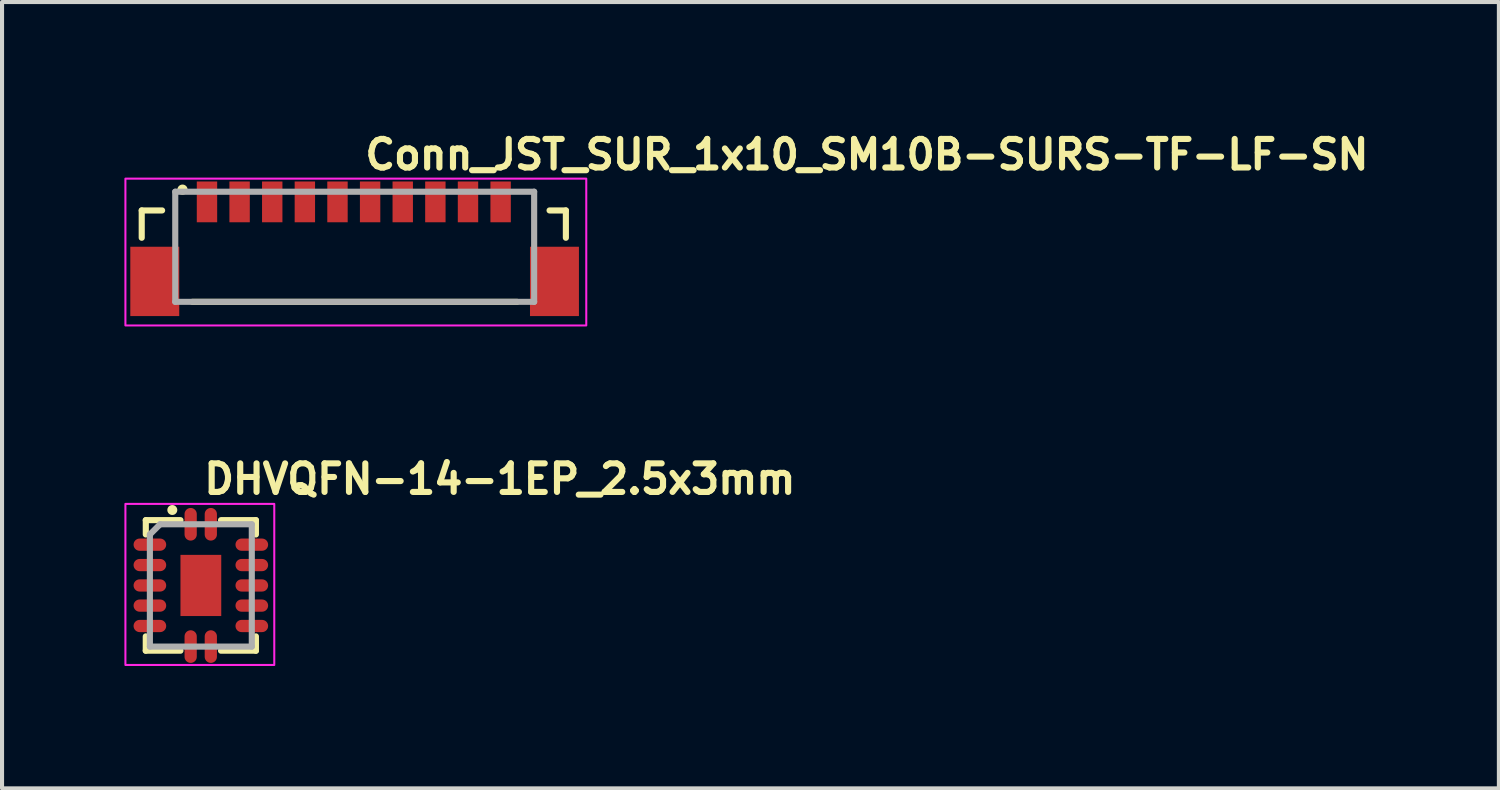
<source format=kicad_pcb>
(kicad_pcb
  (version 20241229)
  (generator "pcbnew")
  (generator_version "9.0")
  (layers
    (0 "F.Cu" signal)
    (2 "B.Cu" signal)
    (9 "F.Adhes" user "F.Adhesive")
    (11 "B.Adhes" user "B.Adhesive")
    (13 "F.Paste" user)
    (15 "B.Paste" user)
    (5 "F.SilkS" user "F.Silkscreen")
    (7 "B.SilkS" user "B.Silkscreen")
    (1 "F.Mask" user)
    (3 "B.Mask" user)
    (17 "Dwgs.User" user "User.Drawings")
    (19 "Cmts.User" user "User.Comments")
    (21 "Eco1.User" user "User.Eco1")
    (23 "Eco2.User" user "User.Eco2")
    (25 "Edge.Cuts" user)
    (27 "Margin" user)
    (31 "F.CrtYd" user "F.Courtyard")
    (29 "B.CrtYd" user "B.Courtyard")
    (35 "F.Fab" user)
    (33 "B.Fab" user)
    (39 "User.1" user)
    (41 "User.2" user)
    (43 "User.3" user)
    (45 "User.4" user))
  (footprint "Conn_JST_SUR_1x10_SM10B-SURS-TF-LF-SN"
    (layer "F.Cu")
    (at 5.825 3.03)
    (property "Reference" "Conn_JST_SUR_1x10_SM10B-SURS-TF-LF-SN" (at 0 -1.88 0) (layer "F.SilkS") (effects (font (size 0.7 0.7) (thickness 0.15)) (justify left bottom)))
    (attr smd)
    (fp_line (start -5.4 -0.92) (end -5.4 -0.25) (stroke (width 0.15) (type solid)) (layer "F.SilkS"))
    (fp_line (start -4.9 -0.92) (end -5.4 -0.92) (stroke (width 0.15) (type solid)) (layer "F.SilkS"))
    (fp_line (start -4.158 1.321) (end 3.802 1.321) (stroke (width 0.15) (type solid)) (layer "F.SilkS"))
    (fp_line (start 5 -0.92) (end 4.6 -0.92) (stroke (width 0.15) (type solid)) (layer "F.SilkS"))
    (fp_line (start 5 -0.25) (end 5 -0.92) (stroke (width 0.15) (type solid)) (layer "F.SilkS"))
    (fp_circle (center -4.4 -1.43) (end -4.45 -1.43) (stroke (width 0.15) (type solid)) (fill yes) (layer "F.SilkS"))
    (fp_rect (start 5.5 1.9) (end -5.8 -1.7) (stroke (width 0.05) (type solid)) (fill no) (layer "F.CrtYd"))
    (fp_line (start -4.578 -1.379) (end -4.578 1.321) (stroke (width 0.15) (type solid)) (layer "F.Fab"))
    (fp_line (start -4.578 1.321) (end 4.222 1.321) (stroke (width 0.15) (type solid)) (layer "F.Fab"))
    (fp_line (start 4.222 -1.379) (end -4.578 -1.379) (stroke (width 0.15) (type solid)) (layer "F.Fab"))
    (fp_line (start 4.222 1.321) (end 4.222 -1.379) (stroke (width 0.15) (type solid)) (layer "F.Fab"))
    (fp_rect (start 4.9 1.55) (end -5.3 -1.15) (stroke (width 0.1) (type solid)) (fill no) (layer "User.5"))
    (fp_line (start -5.3 -0.85) (end -4.5 -0.85) (stroke (width 0.02) (type solid)) (layer "User.9"))
    (fp_line (start -5.3 1.55) (end -5.3 -0.85) (stroke (width 0.02) (type solid)) (layer "User.9"))
    (fp_line (start -4.759 0.797) (end -4.555 1.386) (stroke (width 0.02) (type solid)) (layer "User.9"))
    (fp_line (start -4.555 1.386) (end -4.354 0.797) (stroke (width 0.02) (type solid)) (layer "User.9"))
    (fp_line (start -4.5 -1.15) (end -4.5 -0.85) (stroke (width 0.02) (type solid)) (layer "User.9"))
    (fp_line (start -4.5 -1.15) (end 4.1 -1.15) (stroke (width 0.02) (type solid)) (layer "User.9"))
    (fp_line (start -4.354 0.797) (end -4.759 0.797) (stroke (width 0.02) (type solid)) (layer "User.9"))
    (fp_line (start 4.1 -0.85) (end 4.1 -1.15) (stroke (width 0.02) (type solid)) (layer "User.9"))
    (fp_line (start 4.1 -0.85) (end 4.9 -0.85) (stroke (width 0.02) (type solid)) (layer "User.9"))
    (fp_line (start 4.9 -0.85) (end 4.9 1.55) (stroke (width 0.02) (type solid)) (layer "User.9"))
    (fp_line (start 4.9 1.55) (end -5.3 1.55) (stroke (width 0.02) (type solid)) (layer "User.9"))
    (pad "1" smd rect (at -3.8 -1.13 180) (size 0.5 1) (layers "F.Cu" "F.Mask" "F.Paste"))
    (pad "2" smd rect (at -3 -1.13 180) (size 0.5 1) (layers "F.Cu" "F.Mask" "F.Paste"))
    (pad "3" smd rect (at -2.2 -1.13 180) (size 0.5 1) (layers "F.Cu" "F.Mask" "F.Paste"))
    (pad "4" smd rect (at -1.4 -1.13 180) (size 0.5 1) (layers "F.Cu" "F.Mask" "F.Paste"))
    (pad "5" smd rect (at -0.6 -1.13 180) (size 0.5 1) (layers "F.Cu" "F.Mask" "F.Paste"))
    (pad "6" smd rect (at 0.2 -1.13 180) (size 0.5 1) (layers "F.Cu" "F.Mask" "F.Paste"))
    (pad "7" smd rect (at 1 -1.13 180) (size 0.5 1) (layers "F.Cu" "F.Mask" "F.Paste"))
    (pad "8" smd rect (at 1.8 -1.13 180) (size 0.5 1) (layers "F.Cu" "F.Mask" "F.Paste"))
    (pad "9" smd rect (at 2.6 -1.13 180) (size 0.5 1) (layers "F.Cu" "F.Mask" "F.Paste"))
    (pad "10" smd rect (at 3.4 -1.13 180) (size 0.5 1) (layers "F.Cu" "F.Mask" "F.Paste"))
    (pad "MP" smd rect (at -5.08 0.82) (size 1.2 1.7) (layers "F.Cu" "F.Mask" "F.Paste"))
    (pad "MP" smd rect (at 4.72 0.82) (size 1.2 1.7) (layers "F.Cu" "F.Mask" "F.Paste")))
  (footprint "DHVQFN-14-1EP_2.5x3mm"
    (layer "F.Cu")
    (at 1.875 11.305)
    (property "Reference" "DHVQFN-14-1EP_2.5x3mm" (at 0 -2.2 0) (layer "F.SilkS") (effects (font (size 0.7 0.7) (thickness 0.15)) (justify left bottom)))
    (attr smd)
    (fp_line (start -1.351 -1.601) (end -0.5 -1.601) (stroke (width 0.15) (type solid)) (layer "F.SilkS"))
    (fp_line (start -1.351 1.6) (end -1.351 1.249) (stroke (width 0.15) (type solid)) (layer "F.SilkS"))
    (fp_line (start -1.351 1.6) (end -0.5 1.6) (stroke (width 0.15) (type solid)) (layer "F.SilkS"))
    (fp_line (start -1.35 -1.601) (end -1.35 -1.25) (stroke (width 0.15) (type solid)) (layer "F.SilkS"))
    (fp_line (start 0.494 1.6) (end 1.35 1.6) (stroke (width 0.15) (type solid)) (layer "F.SilkS"))
    (fp_line (start 1.35 -1.601) (end 0.494 -1.601) (stroke (width 0.15) (type solid)) (layer "F.SilkS"))
    (fp_line (start 1.35 -1.601) (end 1.35 -1.25) (stroke (width 0.15) (type solid)) (layer "F.SilkS"))
    (fp_line (start 1.35 1.6) (end 1.35 1.249) (stroke (width 0.15) (type solid)) (layer "F.SilkS"))
    (fp_circle (center -0.7 -1.85) (end -0.653 -1.85) (stroke (width 0.15) (type solid)) (fill yes) (layer "F.SilkS"))
    (fp_rect (start -1.85 -2) (end 1.8 1.95) (stroke (width 0.05) (type solid)) (fill no) (layer "F.CrtYd"))
    (fp_line (start -1.25 -1.25) (end -1 -1.5) (stroke (width 0.15) (type solid)) (layer "F.Fab"))
    (fp_line (start -1.25 1.499) (end -1.25 -1.25) (stroke (width 0.15) (type solid)) (layer "F.Fab"))
    (fp_line (start -1 -1.5) (end 1.249 -1.5) (stroke (width 0.15) (type solid)) (layer "F.Fab"))
    (fp_line (start 1.249 -1.5) (end 1.249 1.499) (stroke (width 0.15) (type solid)) (layer "F.Fab"))
    (fp_line (start 1.249 1.499) (end -1.25 1.499) (stroke (width 0.15) (type solid)) (layer "F.Fab"))
    (fp_rect (start -1.252 -1.502) (end 1.249 1.499) (stroke (width 0.1) (type solid)) (fill no) (layer "User.5"))
    (fp_line (start -1.252 -1.125) (end -1.25 -1.125) (stroke (width 0.02) (type solid)) (layer "User.9"))
    (fp_line (start -1.252 -0.875) (end -1.252 -1.125) (stroke (width 0.02) (type solid)) (layer "User.9"))
    (fp_line (start -1.252 -0.625) (end -1.25 -0.625) (stroke (width 0.02) (type solid)) (layer "User.9"))
    (fp_line (start -1.252 -0.375) (end -1.252 -0.625) (stroke (width 0.02) (type solid)) (layer "User.9"))
    (fp_line (start -1.252 -0.125) (end -1.25 -0.125) (stroke (width 0.02) (type solid)) (layer "User.9"))
    (fp_line (start -1.252 0.123) (end -1.252 -0.125) (stroke (width 0.02) (type solid)) (layer "User.9"))
    (fp_line (start -1.252 0.373) (end -1.25 0.373) (stroke (width 0.02) (type solid)) (layer "User.9"))
    (fp_line (start -1.252 0.623) (end -1.252 0.373) (stroke (width 0.02) (type solid)) (layer "User.9"))
    (fp_line (start -1.252 0.873) (end -1.25 0.873) (stroke (width 0.02) (type solid)) (layer "User.9"))
    (fp_line (start -1.252 1.124) (end -1.252 0.873) (stroke (width 0.02) (type solid)) (layer "User.9"))
    (fp_line (start -1.25 -1.5) (end -1.25 1.499) (stroke (width 0.02) (type solid)) (layer "User.9"))
    (fp_line (start -1.25 -0.875) (end -1.252 -0.875) (stroke (width 0.02) (type solid)) (layer "User.9"))
    (fp_line (start -1.25 -0.375) (end -1.252 -0.375) (stroke (width 0.02) (type solid)) (layer "User.9"))
    (fp_line (start -1.25 0.123) (end -1.252 0.123) (stroke (width 0.02) (type solid)) (layer "User.9"))
    (fp_line (start -1.25 0.623) (end -1.252 0.623) (stroke (width 0.02) (type solid)) (layer "User.9"))
    (fp_line (start -1.25 1.124) (end -1.252 1.124) (stroke (width 0.02) (type solid)) (layer "User.9"))
    (fp_line (start -1.25 1.499) (end 1.249 1.499) (stroke (width 0.02) (type solid)) (layer "User.9"))
    (fp_line (start -0.375 -1.502) (end -0.125 -1.502) (stroke (width 0.02) (type solid)) (layer "User.9"))
    (fp_line (start -0.375 -1.5) (end -0.375 -1.502) (stroke (width 0.02) (type solid)) (layer "User.9"))
    (fp_line (start -0.375 1.499) (end -0.375 1.499) (stroke (width 0.02) (type solid)) (layer "User.9"))
    (fp_line (start -0.125 -1.502) (end -0.125 -1.5) (stroke (width 0.02) (type solid)) (layer "User.9"))
    (fp_line (start -0.125 1.499) (end -0.375 1.499) (stroke (width 0.02) (type solid)) (layer "User.9"))
    (fp_line (start -0.125 1.499) (end -0.125 1.499) (stroke (width 0.02) (type solid)) (layer "User.9"))
    (fp_line (start 0.123 -1.502) (end 0.373 -1.502) (stroke (width 0.02) (type solid)) (layer "User.9"))
    (fp_line (start 0.123 -1.5) (end 0.123 -1.502) (stroke (width 0.02) (type solid)) (layer "User.9"))
    (fp_line (start 0.123 1.499) (end 0.123 1.499) (stroke (width 0.02) (type solid)) (layer "User.9"))
    (fp_line (start 0.373 -1.502) (end 0.373 -1.5) (stroke (width 0.02) (type solid)) (layer "User.9"))
    (fp_line (start 0.373 1.499) (end 0.123 1.499) (stroke (width 0.02) (type solid)) (layer "User.9"))
    (fp_line (start 0.373 1.499) (end 0.373 1.499) (stroke (width 0.02) (type solid)) (layer "User.9"))
    (fp_line (start 1.249 -1.5) (end -1.25 -1.5) (stroke (width 0.02) (type solid)) (layer "User.9"))
    (fp_line (start 1.249 -1.125) (end 1.249 -1.125) (stroke (width 0.02) (type solid)) (layer "User.9"))
    (fp_line (start 1.249 -1.125) (end 1.249 -0.875) (stroke (width 0.02) (type solid)) (layer "User.9"))
    (fp_line (start 1.249 -0.875) (end 1.249 -0.875) (stroke (width 0.02) (type solid)) (layer "User.9"))
    (fp_line (start 1.249 -0.625) (end 1.249 -0.625) (stroke (width 0.02) (type solid)) (layer "User.9"))
    (fp_line (start 1.249 -0.625) (end 1.249 -0.375) (stroke (width 0.02) (type solid)) (layer "User.9"))
    (fp_line (start 1.249 -0.375) (end 1.249 -0.375) (stroke (width 0.02) (type solid)) (layer "User.9"))
    (fp_line (start 1.249 -0.125) (end 1.249 -0.125) (stroke (width 0.02) (type solid)) (layer "User.9"))
    (fp_line (start 1.249 -0.125) (end 1.249 0.123) (stroke (width 0.02) (type solid)) (layer "User.9"))
    (fp_line (start 1.249 0.123) (end 1.249 0.123) (stroke (width 0.02) (type solid)) (layer "User.9"))
    (fp_line (start 1.249 0.373) (end 1.249 0.373) (stroke (width 0.02) (type solid)) (layer "User.9"))
    (fp_line (start 1.249 0.373) (end 1.249 0.623) (stroke (width 0.02) (type solid)) (layer "User.9"))
    (fp_line (start 1.249 0.623) (end 1.249 0.623) (stroke (width 0.02) (type solid)) (layer "User.9"))
    (fp_line (start 1.249 0.873) (end 1.249 0.873) (stroke (width 0.02) (type solid)) (layer "User.9"))
    (fp_line (start 1.249 0.873) (end 1.249 1.124) (stroke (width 0.02) (type solid)) (layer "User.9"))
    (fp_line (start 1.249 1.124) (end 1.249 1.124) (stroke (width 0.02) (type solid)) (layer "User.9"))
    (fp_line (start 1.249 1.499) (end 1.249 -1.5) (stroke (width 0.02) (type solid)) (layer "User.9"))
    (fp_circle (center -1 -1.25) (end -0.9 -1.25) (stroke (width 0.02) (type solid)) (fill no) (layer "User.9"))
    (pad "1" smd oval (at -0.25 -1.5) (size 0.3 0.8) (layers "F.Cu" "F.Mask" "F.Paste"))
    (pad "2" smd oval (at -1.25 -1 90) (size 0.3 0.8) (layers "F.Cu" "F.Mask" "F.Paste"))
    (pad "3" smd oval (at -1.25 -0.5 90) (size 0.3 0.8) (layers "F.Cu" "F.Mask" "F.Paste"))
    (pad "4" smd oval (at -1.25 0 90) (size 0.3 0.8) (layers "F.Cu" "F.Mask" "F.Paste"))
    (pad "5" smd oval (at -1.25 0.494 90) (size 0.3 0.8) (layers "F.Cu" "F.Mask" "F.Paste"))
    (pad "6" smd oval (at -1.25 0.994 90) (size 0.3 0.8) (layers "F.Cu" "F.Mask" "F.Paste"))
    (pad "7" smd oval (at -0.25 1.499) (size 0.3 0.8) (layers "F.Cu" "F.Mask" "F.Paste"))
    (pad "8" smd oval (at 0.244 1.499) (size 0.3 0.8) (layers "F.Cu" "F.Mask" "F.Paste"))
    (pad "9" smd oval (at 1.249 0.994 90) (size 0.3 0.8) (layers "F.Cu" "F.Mask" "F.Paste"))
    (pad "10" smd oval (at 1.249 0.494 90) (size 0.3 0.8) (layers "F.Cu" "F.Mask" "F.Paste"))
    (pad "11" smd oval (at 1.249 0 90) (size 0.3 0.8) (layers "F.Cu" "F.Mask" "F.Paste"))
    (pad "12" smd oval (at 1.249 -0.5 90) (size 0.3 0.8) (layers "F.Cu" "F.Mask" "F.Paste"))
    (pad "13" smd oval (at 1.249 -1 90) (size 0.3 0.8) (layers "F.Cu" "F.Mask" "F.Paste"))
    (pad "14" smd oval (at 0.244 -1.5) (size 0.3 0.8) (layers "F.Cu" "F.Mask" "F.Paste"))
    (pad "15" smd rect (at 0 0) (size 1 1.5) (layers "F.Cu" "F.Mask" "F.Paste")))
  (gr_rect
    (start -3 -3)
    (end 33.702 16.28)
    (stroke (width 0.1) (type default))
    (fill no)
    (layer "Edge.Cuts")))
</source>
